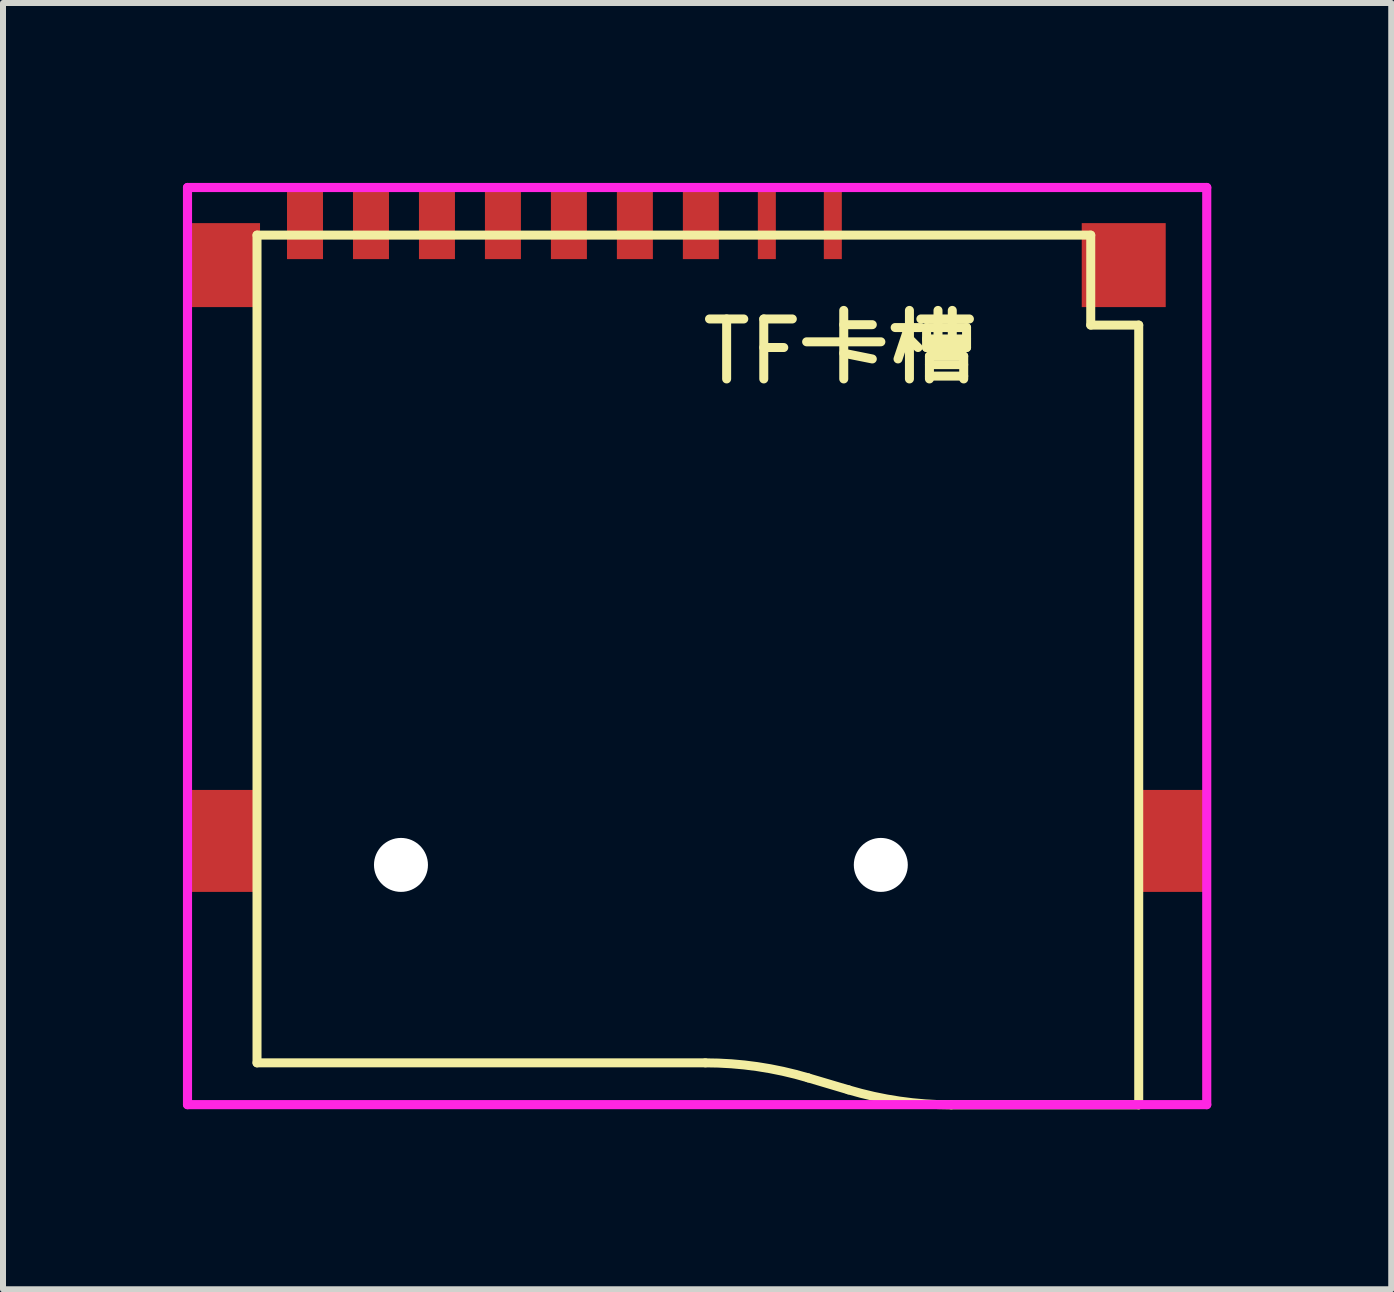
<source format=kicad_pcb>
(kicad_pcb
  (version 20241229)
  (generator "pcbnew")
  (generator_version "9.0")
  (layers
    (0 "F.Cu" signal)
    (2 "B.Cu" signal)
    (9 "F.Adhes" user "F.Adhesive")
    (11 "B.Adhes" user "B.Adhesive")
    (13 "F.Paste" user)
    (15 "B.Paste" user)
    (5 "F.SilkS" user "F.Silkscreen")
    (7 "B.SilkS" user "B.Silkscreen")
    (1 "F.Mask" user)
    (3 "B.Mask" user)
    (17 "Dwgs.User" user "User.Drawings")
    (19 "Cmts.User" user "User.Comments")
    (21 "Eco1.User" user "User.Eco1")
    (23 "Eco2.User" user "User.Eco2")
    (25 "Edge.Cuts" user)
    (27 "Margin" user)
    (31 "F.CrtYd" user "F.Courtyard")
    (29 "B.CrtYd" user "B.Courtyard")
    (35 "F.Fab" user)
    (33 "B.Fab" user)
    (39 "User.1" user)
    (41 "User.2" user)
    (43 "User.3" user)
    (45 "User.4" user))
  (footprint "TF卡槽"
    (layer "F.Cu")
    (at 8.585 6.02)
    (property "Reference" "TF卡槽" (at 0 -3.207 0) (layer "F.SilkS") (effects (font (size 1 1) (thickness 0.15)) (justify left)))
    (attr through_hole)
    (fp_line (start -7.35 -5.15) (end -7.35 8.65) (stroke (width 0.15) (type solid)) (layer "F.SilkS"))
    (fp_line (start -7.35 8.65) (end 0.125 8.65) (stroke (width 0.15) (type solid)) (layer "F.SilkS"))
    (fp_line (start 1.838 8.9) (end 2.512 9.1) (stroke (width 0.15) (type solid)) (layer "F.SilkS"))
    (fp_line (start 4.225 9.35) (end 7.35 9.35) (stroke (width 0.15) (type solid)) (layer "F.SilkS"))
    (fp_line (start 6.55 -5.15) (end -7.35 -5.15) (stroke (width 0.15) (type solid)) (layer "F.SilkS"))
    (fp_line (start 6.55 -3.65) (end 6.55 -5.15) (stroke (width 0.15) (type solid)) (layer "F.SilkS"))
    (fp_line (start 7.35 -3.65) (end 6.55 -3.65) (stroke (width 0.15) (type solid)) (layer "F.SilkS"))
    (fp_line (start 7.35 9.35) (end 7.35 -3.65) (stroke (width 0.15) (type solid)) (layer "F.SilkS"))
    (fp_arc (start 0.125 8.65) (mid 0.991137 8.712845) (end 1.839129 8.900064) (stroke (width 0.15) (type solid)) (layer "F.SilkS"))
    (fp_arc (start 4.225 9.35) (mid 3.358863 9.287155) (end 2.51087 9.099936) (stroke (width 0.15) (type solid)) (layer "F.SilkS"))
    (fp_line (start -8.509 -5.944) (end 8.484 -5.944) (stroke (width 0.152) (type solid)) (layer "F.CrtYd"))
    (fp_line (start -8.509 9.347) (end -8.509 -5.944) (stroke (width 0.152) (type solid)) (layer "F.CrtYd"))
    (fp_line (start 8.484 -5.944) (end 8.484 9.347) (stroke (width 0.152) (type solid)) (layer "F.CrtYd"))
    (fp_line (start 8.484 9.347) (end -8.509 9.347) (stroke (width 0.152) (type solid)) (layer "F.CrtYd"))
    (pad "" np_thru_hole circle (at -4.95 5.35) (size 0.9 0.9) (drill oval 0.9) (layers "*.Cu" "*.Mask"))
    (pad "" np_thru_hole circle (at 3.05 5.35) (size 0.9 0.9) (drill oval 0.9) (layers "*.Cu" "*.Mask"))
    (pad "1" smd rect (at 2.25 -5.35 90) (size 1.2 0.3) (layers "F.Cu" "F.Mask" "F.Paste"))
    (pad "2" smd rect (at 1.15 -5.35 90) (size 1.2 0.3) (layers "F.Cu" "F.Mask" "F.Paste"))
    (pad "3" smd rect (at 0.05 -5.35 90) (size 1.2 0.6) (layers "F.Cu" "F.Mask" "F.Paste"))
    (pad "4" smd rect (at -1.05 -5.35 90) (size 1.2 0.6) (layers "F.Cu" "F.Mask" "F.Paste"))
    (pad "5" smd rect (at -2.15 -5.35 90) (size 1.2 0.6) (layers "F.Cu" "F.Mask" "F.Paste"))
    (pad "6" smd rect (at -3.25 -5.35 90) (size 1.2 0.6) (layers "F.Cu" "F.Mask" "F.Paste"))
    (pad "7" smd rect (at -4.35 -5.35 90) (size 1.2 0.6) (layers "F.Cu" "F.Mask" "F.Paste"))
    (pad "8" smd rect (at -5.45 -5.35 90) (size 1.2 0.6) (layers "F.Cu" "F.Mask" "F.Paste"))
    (pad "9" smd rect (at -6.55 -5.35 90) (size 1.2 0.6) (layers "F.Cu" "F.Mask" "F.Paste"))
    (pad "10" smd rect (at -7.9 -4.65 90) (size 1.4 1.2) (layers "F.Cu" "F.Mask" "F.Paste"))
    (pad "11" smd rect (at 7.1 -4.65) (size 1.4 1.4) (layers "F.Cu" "F.Mask" "F.Paste"))
    (pad "12" smd rect (at -7.9 4.95 90) (size 1.7 1.2) (layers "F.Cu" "F.Mask" "F.Paste"))
    (pad "13" smd rect (at 7.9 4.95 90) (size 1.7 1.2) (layers "F.Cu" "F.Mask" "F.Paste")))
  (gr_rect
    (start -3 -3)
    (end 20.145 18.445)
    (stroke (width 0.1) (type default))
    (fill no)
    (layer "Edge.Cuts")))
</source>
